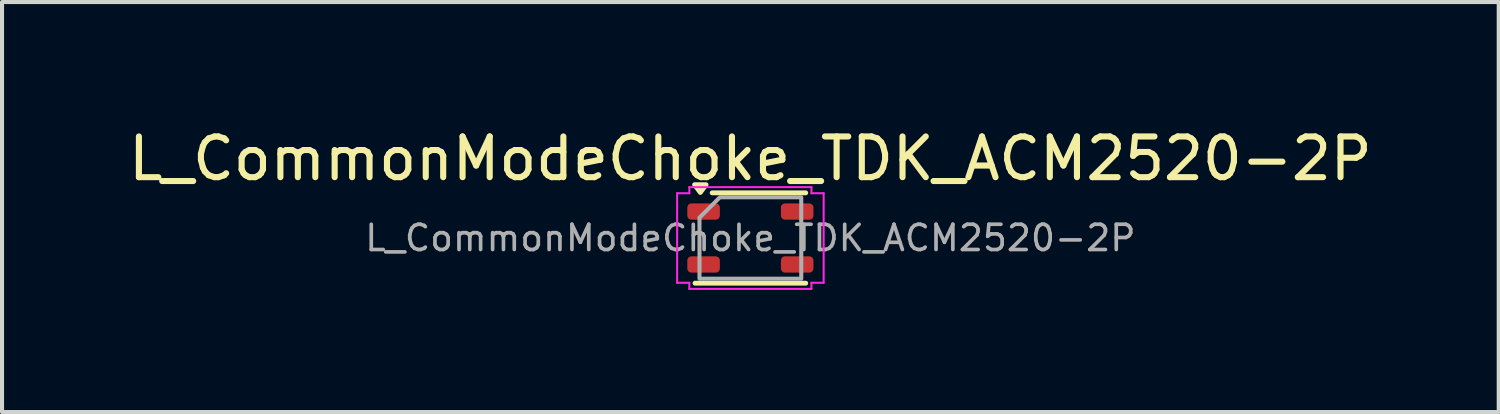
<source format=kicad_pcb>
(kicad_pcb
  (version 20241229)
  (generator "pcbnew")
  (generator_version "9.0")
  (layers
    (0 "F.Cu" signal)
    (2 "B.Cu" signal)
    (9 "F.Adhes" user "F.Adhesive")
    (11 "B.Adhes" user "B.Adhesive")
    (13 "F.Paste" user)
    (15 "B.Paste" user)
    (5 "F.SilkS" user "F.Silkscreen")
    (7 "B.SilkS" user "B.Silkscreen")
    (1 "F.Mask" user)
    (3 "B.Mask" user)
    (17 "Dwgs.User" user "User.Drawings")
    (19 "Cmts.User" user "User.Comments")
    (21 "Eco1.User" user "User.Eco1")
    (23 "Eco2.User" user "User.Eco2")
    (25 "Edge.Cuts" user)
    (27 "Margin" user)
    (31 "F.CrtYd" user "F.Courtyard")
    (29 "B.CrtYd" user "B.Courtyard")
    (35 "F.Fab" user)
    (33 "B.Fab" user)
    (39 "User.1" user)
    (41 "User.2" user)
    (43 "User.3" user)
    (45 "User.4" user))
  (footprint "L_CommonModeChoke_TDK_ACM2520-2P"
    (layer "F.Cu")
    (at 15.387 2.798)
    (property "Reference" "L_CommonModeChoke_TDK_ACM2520-2P" (at 0 -1.95 0) (layer "F.SilkS") (effects (font (size 1 1) (thickness 0.15))))
    (attr smd)
    (fp_line (start -0.939 -1.11) (end 1.36 -1.11) (stroke (width 0.12) (type solid)) (layer "F.SilkS"))
    (fp_line (start 1.36 1.11) (end -1.36 1.11) (stroke (width 0.12) (type solid)) (layer "F.SilkS"))
    (fp_poly (pts (xy -1.23 -1.12) (xy -1.37 -1.31) (xy -1.09 -1.31)) (stroke (width 0.12) (type solid)) (fill yes) (layer "F.SilkS"))
    (fp_line (start -1.8 -1.1) (end -1.5 -1.1) (stroke (width 0.05) (type solid)) (layer "F.CrtYd"))
    (fp_line (start -1.8 1.1) (end -1.8 -1.1) (stroke (width 0.05) (type solid)) (layer "F.CrtYd"))
    (fp_line (start -1.5 -1.25) (end 1.5 -1.25) (stroke (width 0.05) (type solid)) (layer "F.CrtYd"))
    (fp_line (start -1.5 -1.1) (end -1.5 -1.25) (stroke (width 0.05) (type solid)) (layer "F.CrtYd"))
    (fp_line (start -1.5 1.1) (end -1.8 1.1) (stroke (width 0.05) (type solid)) (layer "F.CrtYd"))
    (fp_line (start -1.5 1.25) (end -1.5 1.1) (stroke (width 0.05) (type solid)) (layer "F.CrtYd"))
    (fp_line (start 1.5 -1.25) (end 1.5 -1.1) (stroke (width 0.05) (type solid)) (layer "F.CrtYd"))
    (fp_line (start 1.5 -1.1) (end 1.8 -1.1) (stroke (width 0.05) (type solid)) (layer "F.CrtYd"))
    (fp_line (start 1.5 1.1) (end 1.5 1.25) (stroke (width 0.05) (type solid)) (layer "F.CrtYd"))
    (fp_line (start 1.5 1.25) (end -1.5 1.25) (stroke (width 0.05) (type solid)) (layer "F.CrtYd"))
    (fp_line (start 1.8 -1.1) (end 1.8 1.1) (stroke (width 0.05) (type solid)) (layer "F.CrtYd"))
    (fp_line (start 1.8 1.1) (end 1.5 1.1) (stroke (width 0.05) (type solid)) (layer "F.CrtYd"))
    (fp_poly (pts (xy -0.75 -1) (xy 1.25 -1) (xy 1.25 1) (xy -1.25 1) (xy -1.25 -0.5)) (stroke (width 0.1) (type solid)) (fill no) (layer "F.Fab"))
    (fp_text user "${REFERENCE}" (at 0 0 0) (layer "F.Fab") (effects (font (size 0.62 0.62) (thickness 0.09))))
    (pad "1" smd roundrect (at -1.15 -0.65) (size 0.8 0.4) (layers "F.Cu" "F.Mask" "F.Paste") (roundrect_rratio 0.25))
    (pad "2" smd roundrect (at -1.15 0.65) (size 0.8 0.4) (layers "F.Cu" "F.Mask" "F.Paste") (roundrect_rratio 0.25))
    (pad "3" smd roundrect (at 1.15 0.65) (size 0.8 0.4) (layers "F.Cu" "F.Mask" "F.Paste") (roundrect_rratio 0.25))
    (pad "4" smd roundrect (at 1.15 -0.65) (size 0.8 0.4) (layers "F.Cu" "F.Mask" "F.Paste") (roundrect_rratio 0.25)))
  (gr_rect
    (start -3 -3)
    (end 33.774 7.073)
    (stroke (width 0.1) (type default))
    (fill no)
    (layer "Edge.Cuts")))
</source>
